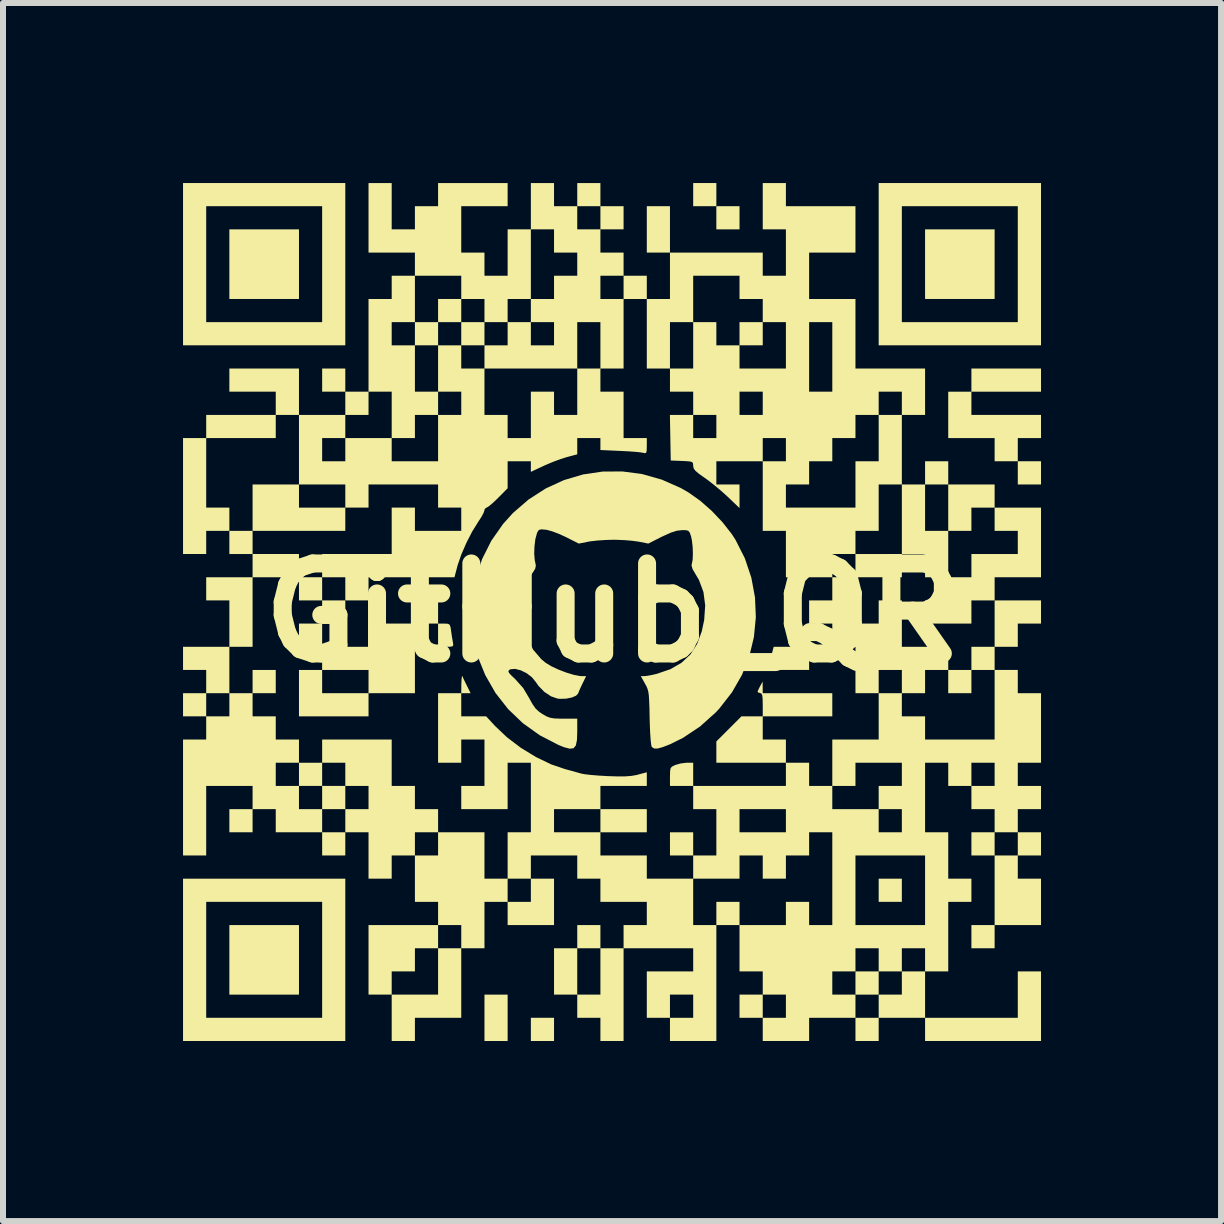
<source format=kicad_pcb>
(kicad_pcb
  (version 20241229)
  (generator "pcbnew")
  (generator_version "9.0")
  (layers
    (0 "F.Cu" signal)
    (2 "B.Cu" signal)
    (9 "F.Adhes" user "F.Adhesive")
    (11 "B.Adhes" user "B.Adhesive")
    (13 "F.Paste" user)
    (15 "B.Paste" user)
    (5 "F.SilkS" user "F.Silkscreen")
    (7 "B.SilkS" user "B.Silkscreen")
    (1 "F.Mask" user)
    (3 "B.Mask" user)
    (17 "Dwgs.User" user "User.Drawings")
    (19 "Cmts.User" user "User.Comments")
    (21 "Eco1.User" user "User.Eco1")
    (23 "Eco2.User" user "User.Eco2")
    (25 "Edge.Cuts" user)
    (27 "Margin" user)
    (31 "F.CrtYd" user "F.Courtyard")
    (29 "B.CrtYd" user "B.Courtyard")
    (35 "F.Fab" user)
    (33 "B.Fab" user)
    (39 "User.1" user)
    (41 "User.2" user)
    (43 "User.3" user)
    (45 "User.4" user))
  (footprint "GitHub_QR"
    (layer "F.Cu")
    (at 7.161 7.161)
    (property "Reference" "GitHub_QR" (at 0 0 0) (layer "F.SilkS") (effects (font (size 1.5 1.5) (thickness 0.3))))
    (attr board_only exclude_from_pos_files exclude_from_bom)
    (fp_poly (pts (xy -6.002 -1.172) (xy -6.002 -0.979) (xy -6.195 -0.979) (xy -6.389 -0.979) (xy -6.389 -1.172) (xy -6.389 -1.365) (xy -6.195 -1.365) (xy -6.002 -1.365)) (stroke (width 0) (type solid)) (fill yes) (layer "F.SilkS"))
    (fp_poly (pts (xy -5.616 1.146) (xy -5.616 1.34) (xy -5.809 1.34) (xy -6.002 1.34) (xy -6.002 1.146) (xy -6.002 0.953) (xy -5.809 0.953) (xy -5.616 0.953)) (stroke (width 0) (type solid)) (fill yes) (layer "F.SilkS"))
    (fp_poly (pts (xy -5.229 -5.809) (xy -5.229 -5.229) (xy -5.809 -5.229) (xy -6.389 -5.229) (xy -6.389 -5.809) (xy -6.389 -6.389) (xy -5.809 -6.389) (xy -5.229 -6.389)) (stroke (width 0) (type solid)) (fill yes) (layer "F.SilkS"))
    (fp_poly (pts (xy -5.229 5.783) (xy -5.229 6.363) (xy -5.809 6.363) (xy -6.389 6.363) (xy -6.389 5.783) (xy -6.389 5.204) (xy -5.809 5.204) (xy -5.229 5.204)) (stroke (width 0) (type solid)) (fill yes) (layer "F.SilkS"))
    (fp_poly (pts (xy -4.843 -0.399) (xy -4.843 -0.206) (xy -5.036 -0.206) (xy -5.229 -0.206) (xy -5.229 -0.399) (xy -5.229 -0.592) (xy -5.036 -0.592) (xy -4.843 -0.592)) (stroke (width 0) (type solid)) (fill yes) (layer "F.SilkS"))
    (fp_poly (pts (xy -4.843 2.692) (xy -4.843 2.885) (xy -5.036 2.885) (xy -5.229 2.885) (xy -5.229 2.692) (xy -5.229 2.499) (xy -5.036 2.499) (xy -4.843 2.499)) (stroke (width 0) (type solid)) (fill yes) (layer "F.SilkS"))
    (fp_poly (pts (xy -4.457 3.078) (xy -4.457 3.272) (xy -4.65 3.272) (xy -4.843 3.272) (xy -4.843 3.078) (xy -4.843 2.885) (xy -4.65 2.885) (xy -4.457 2.885)) (stroke (width 0) (type solid)) (fill yes) (layer "F.SilkS"))
    (fp_poly (pts (xy -2.138 -4.65) (xy -2.138 -4.457) (xy -2.331 -4.457) (xy -2.525 -4.457) (xy -2.525 -4.65) (xy -2.525 -4.843) (xy -2.331 -4.843) (xy -2.138 -4.843)) (stroke (width 0) (type solid)) (fill yes) (layer "F.SilkS"))
    (fp_poly (pts (xy -1.752 6.749) (xy -1.752 7.136) (xy -1.945 7.136) (xy -2.138 7.136) (xy -2.138 6.749) (xy -2.138 6.363) (xy -1.945 6.363) (xy -1.752 6.363)) (stroke (width 0) (type solid)) (fill yes) (layer "F.SilkS"))
    (fp_poly (pts (xy -0.979 6.942) (xy -0.979 7.136) (xy -1.172 7.136) (xy -1.365 7.136) (xy -1.365 6.942) (xy -1.365 6.749) (xy -1.172 6.749) (xy -0.979 6.749)) (stroke (width 0) (type solid)) (fill yes) (layer "F.SilkS"))
    (fp_poly (pts (xy 0.567 3.465) (xy 0.567 3.658) (xy 0.18 3.658) (xy -0.206 3.658) (xy -0.206 3.465) (xy -0.206 3.272) (xy 0.18 3.272) (xy 0.567 3.272)) (stroke (width 0) (type solid)) (fill yes) (layer "F.SilkS"))
    (fp_poly (pts (xy 0.953 -6.389) (xy 0.953 -6.002) (xy 0.76 -6.002) (xy 0.567 -6.002) (xy 0.567 -6.389) (xy 0.567 -6.775) (xy 0.76 -6.775) (xy 0.953 -6.775)) (stroke (width 0) (type solid)) (fill yes) (layer "F.SilkS"))
    (fp_poly (pts (xy 1.34 3.851) (xy 1.34 4.044) (xy 1.146 4.044) (xy 0.953 4.044) (xy 0.953 3.851) (xy 0.953 3.658) (xy 1.146 3.658) (xy 1.34 3.658)) (stroke (width 0) (type solid)) (fill yes) (layer "F.SilkS"))
    (fp_poly (pts (xy 1.726 -6.968) (xy 1.726 -6.775) (xy 1.533 -6.775) (xy 1.34 -6.775) (xy 1.34 -6.968) (xy 1.34 -7.161) (xy 1.533 -7.161) (xy 1.726 -7.161)) (stroke (width 0) (type solid)) (fill yes) (layer "F.SilkS"))
    (fp_poly (pts (xy 2.112 -6.582) (xy 2.112 -6.389) (xy 1.919 -6.389) (xy 1.726 -6.389) (xy 1.726 -6.582) (xy 1.726 -6.775) (xy 1.919 -6.775) (xy 2.112 -6.775)) (stroke (width 0) (type solid)) (fill yes) (layer "F.SilkS"))
    (fp_poly (pts (xy 2.499 -4.65) (xy 2.499 -4.457) (xy 2.306 -4.457) (xy 2.112 -4.457) (xy 2.112 -4.65) (xy 2.112 -4.843) (xy 2.306 -4.843) (xy 2.499 -4.843)) (stroke (width 0) (type solid)) (fill yes) (layer "F.SilkS"))
    (fp_poly (pts (xy 4.431 6.17) (xy 4.431 6.363) (xy 4.238 6.363) (xy 4.044 6.363) (xy 4.044 6.17) (xy 4.044 5.976) (xy 4.238 5.976) (xy 4.431 5.976)) (stroke (width 0) (type solid)) (fill yes) (layer "F.SilkS"))
    (fp_poly (pts (xy 4.817 4.624) (xy 4.817 4.817) (xy 4.624 4.817) (xy 4.431 4.817) (xy 4.431 4.624) (xy 4.431 4.431) (xy 4.624 4.431) (xy 4.817 4.431)) (stroke (width 0) (type solid)) (fill yes) (layer "F.SilkS"))
    (fp_poly (pts (xy 5.976 1.146) (xy 5.976 1.34) (xy 5.783 1.34) (xy 5.59 1.34) (xy 5.59 1.146) (xy 5.59 0.953) (xy 5.783 0.953) (xy 5.976 0.953)) (stroke (width 0) (type solid)) (fill yes) (layer "F.SilkS"))
    (fp_poly (pts (xy 6.363 -5.809) (xy 6.363 -5.229) (xy 5.783 -5.229) (xy 5.204 -5.229) (xy 5.204 -5.809) (xy 5.204 -6.389) (xy 5.783 -6.389) (xy 6.363 -6.389)) (stroke (width 0) (type solid)) (fill yes) (layer "F.SilkS"))
    (fp_poly (pts (xy 7.136 -2.331) (xy 7.136 -2.138) (xy 6.942 -2.138) (xy 6.749 -2.138) (xy 6.749 -2.331) (xy 6.749 -2.525) (xy 6.942 -2.525) (xy 7.136 -2.525)) (stroke (width 0) (type solid)) (fill yes) (layer "F.SilkS"))
    (fp_poly (pts (xy -2.487 1.101) (xy -2.453 1.171) (xy -2.43 1.217) (xy -2.369 1.34) (xy -2.447 1.34) (xy -2.525 1.34) (xy -2.523 1.179) (xy -2.519 1.102) (xy -2.513 1.058) (xy -2.506 1.056)) (stroke (width 0) (type solid)) (fill yes) (layer "F.SilkS"))
    (fp_poly (pts (xy -5.229 -1.945) (xy -5.229 -1.752) (xy -4.843 -1.752) (xy -4.457 -1.752) (xy -4.457 -1.559) (xy -4.457 -1.365) (xy -5.229 -1.365) (xy -6.002 -1.365) (xy -6.002 -1.752) (xy -6.002 -2.138) (xy -5.616 -2.138) (xy -5.229 -2.138)) (stroke (width 0) (type solid)) (fill yes) (layer "F.SilkS"))
    (fp_poly (pts (xy 6.363 -1.945) (xy 6.363 -1.752) (xy 6.17 -1.752) (xy 5.976 -1.752) (xy 5.976 -1.559) (xy 5.976 -1.365) (xy 5.783 -1.365) (xy 5.59 -1.365) (xy 5.59 -1.752) (xy 5.59 -2.138) (xy 5.976 -2.138) (xy 6.363 -2.138)) (stroke (width 0) (type solid)) (fill yes) (layer "F.SilkS"))
    (fp_poly (pts (xy 1.34 2.692) (xy 1.34 2.885) (xy 1.146 2.885) (xy 0.953 2.885) (xy 0.953 2.729) (xy 0.955 2.643) (xy 0.963 2.592) (xy 0.987 2.563) (xy 1.031 2.541) (xy 1.042 2.536) (xy 1.131 2.511) (xy 1.227 2.499) (xy 1.236 2.499) (xy 1.34 2.499)) (stroke (width 0) (type solid)) (fill yes) (layer "F.SilkS"))
    (fp_poly (pts (xy -2.75 0.183) (xy -2.719 0.198) (xy -2.703 0.241) (xy -2.694 0.303) (xy -2.681 0.393) (xy -2.667 0.474) (xy -2.663 0.496) (xy -2.658 0.538) (xy -2.67 0.559) (xy -2.712 0.566) (xy -2.78 0.567) (xy -2.911 0.567) (xy -2.911 0.374) (xy -2.911 0.18) (xy -2.811 0.18)) (stroke (width 0) (type solid)) (fill yes) (layer "F.SilkS"))
    (fp_poly (pts (xy -2.525 -5.036) (xy -2.525 -4.843) (xy -2.718 -4.843) (xy -2.911 -4.843) (xy -2.911 -4.65) (xy -2.911 -4.457) (xy -3.104 -4.457) (xy -3.297 -4.457) (xy -3.297 -4.65) (xy -3.297 -4.843) (xy -3.104 -4.843) (xy -2.911 -4.843) (xy -2.911 -5.036) (xy -2.911 -5.229) (xy -2.718 -5.229) (xy -2.525 -5.229)) (stroke (width 0) (type solid)) (fill yes) (layer "F.SilkS"))
    (fp_poly (pts (xy 3.272 0.76) (xy 3.272 0.953) (xy 2.924 0.953) (xy 2.797 0.953) (xy 2.69 0.951) (xy 2.614 0.948) (xy 2.578 0.945) (xy 2.576 0.944) (xy 2.583 0.916) (xy 2.6 0.861) (xy 2.601 0.86) (xy 2.623 0.786) (xy 2.648 0.696) (xy 2.653 0.676) (xy 2.681 0.567) (xy 2.976 0.567) (xy 3.272 0.567)) (stroke (width 0) (type solid)) (fill yes) (layer "F.SilkS"))
    (fp_poly (pts (xy -4.457 -5.809) (xy -4.457 -4.457) (xy -5.809 -4.457) (xy -7.161 -4.457) (xy -7.161 -5.809) (xy -7.161 -6.775) (xy -6.775 -6.775) (xy -6.775 -5.809) (xy -6.775 -4.843) (xy -5.809 -4.843) (xy -4.843 -4.843) (xy -4.843 -5.809) (xy -4.843 -6.775) (xy -5.809 -6.775) (xy -6.775 -6.775) (xy -7.161 -6.775) (xy -7.161 -7.161) (xy -5.809 -7.161) (xy -4.457 -7.161)) (stroke (width 0) (type solid)) (fill yes) (layer "F.SilkS"))
    (fp_poly (pts (xy -4.457 5.783) (xy -4.457 7.136) (xy -5.809 7.136) (xy -7.161 7.136) (xy -7.161 5.783) (xy -7.161 4.817) (xy -6.775 4.817) (xy -6.775 5.783) (xy -6.775 6.749) (xy -5.809 6.749) (xy -4.843 6.749) (xy -4.843 5.783) (xy -4.843 4.817) (xy -5.809 4.817) (xy -6.775 4.817) (xy -7.161 4.817) (xy -7.161 4.431) (xy -5.809 4.431) (xy -4.457 4.431)) (stroke (width 0) (type solid)) (fill yes) (layer "F.SilkS"))
    (fp_poly (pts (xy 7.136 -5.809) (xy 7.136 -4.457) (xy 5.783 -4.457) (xy 4.431 -4.457) (xy 4.431 -5.809) (xy 4.431 -6.775) (xy 4.817 -6.775) (xy 4.817 -5.809) (xy 4.817 -4.843) (xy 5.783 -4.843) (xy 6.749 -4.843) (xy 6.749 -5.809) (xy 6.749 -6.775) (xy 5.783 -6.775) (xy 4.817 -6.775) (xy 4.431 -6.775) (xy 4.431 -7.161) (xy 5.783 -7.161) (xy 7.136 -7.161)) (stroke (width 0) (type solid)) (fill yes) (layer "F.SilkS"))
    (fp_poly (pts (xy 7.136 -0.013) (xy 7.136 0.18) (xy 6.942 0.18) (xy 6.749 0.18) (xy 6.749 0.374) (xy 6.749 0.567) (xy 6.556 0.567) (xy 6.363 0.567) (xy 6.363 0.76) (xy 6.363 0.953) (xy 6.17 0.953) (xy 5.976 0.953) (xy 5.976 0.76) (xy 5.976 0.567) (xy 6.17 0.567) (xy 6.363 0.567) (xy 6.363 0.18) (xy 6.363 -0.206) (xy 6.749 -0.206) (xy 7.136 -0.206)) (stroke (width 0) (type solid)) (fill yes) (layer "F.SilkS"))
    (fp_poly (pts (xy 7.136 -3.877) (xy 7.136 -3.684) (xy 6.556 -3.684) (xy 5.976 -3.684) (xy 5.976 -3.491) (xy 5.976 -3.297) (xy 6.556 -3.297) (xy 7.136 -3.297) (xy 7.136 -3.104) (xy 7.136 -2.911) (xy 6.942 -2.911) (xy 6.749 -2.911) (xy 6.749 -2.718) (xy 6.749 -2.525) (xy 6.556 -2.525) (xy 6.363 -2.525) (xy 6.363 -2.718) (xy 6.363 -2.911) (xy 5.976 -2.911) (xy 5.59 -2.911) (xy 5.59 -3.297) (xy 5.59 -3.684) (xy 5.783 -3.684) (xy 5.976 -3.684) (xy 5.976 -3.877) (xy 5.976 -4.07) (xy 6.556 -4.07) (xy 7.136 -4.07)) (stroke (width 0) (type solid)) (fill yes) (layer "F.SilkS"))
    (fp_poly (pts (xy 7.136 -1.172) (xy 7.136 -0.592) (xy 6.749 -0.592) (xy 6.363 -0.592) (xy 6.363 -0.399) (xy 6.363 -0.206) (xy 6.17 -0.206) (xy 5.976 -0.206) (xy 5.976 -0.013) (xy 5.976 0.18) (xy 5.59 0.18) (xy 5.204 0.18) (xy 5.204 -0.013) (xy 5.204 -0.206) (xy 5.397 -0.206) (xy 5.59 -0.206) (xy 5.59 -0.399) (xy 5.59 -0.592) (xy 5.783 -0.592) (xy 5.976 -0.592) (xy 5.976 -0.786) (xy 5.976 -0.979) (xy 6.363 -0.979) (xy 6.749 -0.979) (xy 6.749 -1.172) (xy 6.749 -1.365) (xy 6.556 -1.365) (xy 6.363 -1.365) (xy 6.363 -1.559) (xy 6.363 -1.752) (xy 6.749 -1.752) (xy 7.136 -1.752)) (stroke (width 0) (type solid)) (fill yes) (layer "F.SilkS"))
    (fp_poly (pts (xy 2.498 1.243) (xy 2.499 1.34) (xy 3.078 1.34) (xy 3.658 1.34) (xy 3.658 1.533) (xy 3.658 1.726) (xy 3.078 1.726) (xy 2.499 1.726) (xy 2.499 1.919) (xy 2.499 2.112) (xy 2.692 2.112) (xy 2.885 2.112) (xy 2.885 2.306) (xy 2.885 2.499) (xy 2.306 2.499) (xy 1.726 2.499) (xy 1.726 2.322) (xy 1.726 2.144) (xy 1.935 1.935) (xy 2.144 1.726) (xy 2.322 1.726) (xy 2.499 1.726) (xy 2.499 1.535) (xy 2.497 1.435) (xy 2.491 1.376) (xy 2.477 1.347) (xy 2.453 1.336) (xy 2.449 1.335) (xy 2.419 1.327) (xy 2.414 1.308) (xy 2.434 1.264) (xy 2.448 1.237) (xy 2.497 1.146)) (stroke (width 0) (type solid)) (fill yes) (layer "F.SilkS"))
    (fp_poly (pts (xy -4.457 -0.013) (xy -4.457 0.18) (xy -4.65 0.18) (xy -4.843 0.18) (xy -4.843 0.374) (xy -4.843 0.567) (xy -4.457 0.567) (xy -4.07 0.567) (xy -4.07 0.374) (xy -4.07 0.18) (xy -3.684 0.18) (xy -3.297 0.18) (xy -3.297 -0.013) (xy -3.297 -0.206) (xy -3.104 -0.206) (xy -2.911 -0.206) (xy -2.911 -0.013) (xy -2.911 0.18) (xy -3.104 0.18) (xy -3.297 0.18) (xy -3.297 0.76) (xy -3.297 1.34) (xy -3.684 1.34) (xy -4.07 1.34) (xy -4.07 1.533) (xy -4.07 1.726) (xy -4.65 1.726) (xy -5.229 1.726) (xy -5.229 1.34) (xy -5.229 0.953) (xy -5.036 0.953) (xy -4.843 0.953) (xy -4.843 1.146) (xy -4.843 1.34) (xy -4.457 1.34) (xy -4.07 1.34) (xy -4.07 1.146) (xy -4.07 0.953) (xy -4.457 0.953) (xy -4.843 0.953) (xy -4.843 0.76) (xy -4.843 0.567) (xy -5.036 0.567) (xy -5.229 0.567) (xy -5.229 0.374) (xy -5.229 0.18) (xy -5.036 0.18) (xy -4.843 0.18) (xy -4.843 -0.013) (xy -4.843 -0.206) (xy -4.65 -0.206) (xy -4.457 -0.206)) (stroke (width 0) (type solid)) (fill yes) (layer "F.SilkS"))
    (fp_poly (pts (xy 4.817 -0.786) (xy 4.817 -0.592) (xy 4.431 -0.592) (xy 4.044 -0.592) (xy 4.044 -0.206) (xy 4.044 0.18) (xy 4.238 0.18) (xy 4.431 0.18) (xy 4.431 -0.013) (xy 4.431 -0.206) (xy 4.624 -0.206) (xy 4.817 -0.206) (xy 4.817 0.18) (xy 4.817 0.567) (xy 5.204 0.567) (xy 5.59 0.567) (xy 5.59 0.76) (xy 5.59 0.953) (xy 5.397 0.953) (xy 5.204 0.953) (xy 5.204 1.146) (xy 5.204 1.34) (xy 5.01 1.34) (xy 4.817 1.34) (xy 4.817 1.146) (xy 4.817 0.953) (xy 4.624 0.953) (xy 4.431 0.953) (xy 4.431 1.146) (xy 4.431 1.34) (xy 4.238 1.34) (xy 4.044 1.34) (xy 4.044 0.953) (xy 4.044 0.567) (xy 3.851 0.567) (xy 3.658 0.567) (xy 3.658 0.374) (xy 3.658 0.18) (xy 3.465 0.18) (xy 3.272 0.18) (xy 3.272 -0.013) (xy 3.272 -0.206) (xy 3.465 -0.206) (xy 3.658 -0.206) (xy 3.658 -0.399) (xy 3.658 -0.592) (xy 3.851 -0.592) (xy 4.044 -0.592) (xy 4.044 -0.786) (xy 4.044 -0.979) (xy 4.431 -0.979) (xy 4.817 -0.979)) (stroke (width 0) (type solid)) (fill yes) (layer "F.SilkS"))
    (fp_poly (pts (xy 0.491 -2.311) (xy 0.816 -2.219) (xy 1.131 -2.08) (xy 1.265 -2.003) (xy 1.457 -1.867) (xy 1.65 -1.697) (xy 1.83 -1.507) (xy 1.982 -1.313) (xy 2.045 -1.216) (xy 2.201 -0.907) (xy 2.309 -0.585) (xy 2.37 -0.256) (xy 2.384 0.075) (xy 2.352 0.404) (xy 2.275 0.725) (xy 2.153 1.035) (xy 1.986 1.326) (xy 1.776 1.596) (xy 1.713 1.663) (xy 1.453 1.896) (xy 1.171 2.084) (xy 0.955 2.191) (xy 0.834 2.238) (xy 0.749 2.262) (xy 0.691 2.262) (xy 0.653 2.239) (xy 0.649 2.235) (xy 0.64 2.198) (xy 0.631 2.118) (xy 0.623 2.002) (xy 0.617 1.858) (xy 0.614 1.752) (xy 0.611 1.588) (xy 0.606 1.467) (xy 0.601 1.379) (xy 0.592 1.315) (xy 0.578 1.265) (xy 0.56 1.222) (xy 0.536 1.179) (xy 0.467 1.056) (xy 0.524 1.056) (xy 0.58 1.05) (xy 0.664 1.034) (xy 0.735 1.017) (xy 0.961 0.94) (xy 1.146 0.833) (xy 1.293 0.695) (xy 1.405 0.521) (xy 1.483 0.31) (xy 1.523 0.122) (xy 1.54 -0.123) (xy 1.511 -0.346) (xy 1.436 -0.547) (xy 1.382 -0.638) (xy 1.33 -0.727) (xy 1.312 -0.788) (xy 1.317 -0.814) (xy 1.331 -0.883) (xy 1.335 -0.985) (xy 1.331 -1.099) (xy 1.319 -1.206) (xy 1.304 -1.275) (xy 1.282 -1.338) (xy 1.256 -1.368) (xy 1.207 -1.377) (xy 1.152 -1.377) (xy 1.067 -1.367) (xy 0.97 -1.336) (xy 0.847 -1.281) (xy 0.811 -1.264) (xy 0.592 -1.153) (xy 0.431 -1.185) (xy 0.331 -1.199) (xy 0.202 -1.21) (xy 0.066 -1.216) (xy 0.013 -1.217) (xy -0.12 -1.213) (xy -0.255 -1.204) (xy -0.37 -1.191) (xy -0.406 -1.185) (xy -0.566 -1.153) (xy -0.782 -1.262) (xy -0.895 -1.314) (xy -1.006 -1.356) (xy -1.096 -1.381) (xy -1.116 -1.384) (xy -1.19 -1.39) (xy -1.23 -1.381) (xy -1.253 -1.35) (xy -1.264 -1.324) (xy -1.29 -1.228) (xy -1.305 -1.106) (xy -1.309 -0.981) (xy -1.3 -0.875) (xy -1.294 -0.848) (xy -1.282 -0.786) (xy -1.292 -0.736) (xy -1.329 -0.675) (xy -1.342 -0.658) (xy -1.427 -0.515) (xy -1.48 -0.353) (xy -1.504 -0.162) (xy -1.505 -0.064) (xy -1.484 0.196) (xy -1.425 0.422) (xy -1.327 0.615) (xy -1.19 0.774) (xy -1.114 0.837) (xy -1.024 0.891) (xy -0.906 0.946) (xy -0.776 0.996) (xy -0.651 1.034) (xy -0.547 1.054) (xy -0.517 1.056) (xy -0.444 1.056) (xy -0.504 1.179) (xy -0.541 1.257) (xy -0.569 1.322) (xy -0.577 1.345) (xy -0.612 1.382) (xy -0.683 1.412) (xy -0.777 1.431) (xy -0.877 1.434) (xy -0.921 1.43) (xy -1.03 1.392) (xy -1.142 1.317) (xy -1.239 1.217) (xy -1.282 1.155) (xy -1.347 1.075) (xy -1.435 1.007) (xy -1.533 0.959) (xy -1.627 0.935) (xy -1.704 0.941) (xy -1.726 0.953) (xy -1.74 0.973) (xy -1.729 1.002) (xy -1.687 1.048) (xy -1.629 1.102) (xy -1.493 1.254) (xy -1.396 1.417) (xy -1.337 1.523) (xy -1.285 1.597) (xy -1.226 1.651) (xy -1.173 1.687) (xy -1.107 1.725) (xy -1.048 1.748) (xy -0.981 1.76) (xy -0.888 1.764) (xy -0.82 1.765) (xy -0.592 1.765) (xy -0.592 1.985) (xy -0.597 2.121) (xy -0.615 2.21) (xy -0.653 2.257) (xy -0.717 2.265) (xy -0.812 2.24) (xy -0.906 2.202) (xy -1.217 2.041) (xy -1.497 1.841) (xy -1.745 1.604) (xy -1.955 1.335) (xy -2.125 1.038) (xy -2.238 0.76) (xy -2.323 0.424) (xy -2.358 0.086) (xy -2.345 -0.251) (xy -2.284 -0.58) (xy -2.176 -0.898) (xy -2.024 -1.2) (xy -1.828 -1.48) (xy -1.663 -1.663) (xy -1.401 -1.889) (xy -1.116 -2.072) (xy -0.813 -2.211) (xy -0.495 -2.305) (xy -0.169 -2.353) (xy 0.161 -2.355)) (stroke (width 0) (type solid)) (fill yes) (layer "F.SilkS"))
    (fp_poly (pts (xy -3.684 -6.775) (xy -3.684 -6.389) (xy -3.491 -6.389) (xy -3.297 -6.389) (xy -3.297 -6.582) (xy -3.297 -6.775) (xy -3.104 -6.775) (xy -2.911 -6.775) (xy -2.911 -6.968) (xy -2.911 -7.161) (xy -2.331 -7.161) (xy -1.752 -7.161) (xy -1.752 -6.968) (xy -1.752 -6.775) (xy -2.138 -6.775) (xy -2.525 -6.775) (xy -2.525 -6.389) (xy -2.525 -6.002) (xy -2.331 -6.002) (xy -2.138 -6.002) (xy -2.138 -5.809) (xy -2.138 -5.616) (xy -1.945 -5.616) (xy -1.752 -5.616) (xy -1.752 -6.002) (xy -1.752 -6.389) (xy -1.559 -6.389) (xy -1.365 -6.389) (xy -1.365 -6.775) (xy -1.365 -7.161) (xy -1.172 -7.161) (xy -0.979 -7.161) (xy -0.979 -6.968) (xy -0.979 -6.775) (xy -0.786 -6.775) (xy -0.592 -6.775) (xy -0.592 -6.968) (xy -0.592 -7.161) (xy -0.399 -7.161) (xy -0.206 -7.161) (xy -0.206 -6.968) (xy -0.206 -6.775) (xy -0.399 -6.775) (xy -0.592 -6.775) (xy -0.592 -6.582) (xy -0.592 -6.389) (xy -0.399 -6.389) (xy -0.206 -6.389) (xy -0.206 -6.582) (xy -0.206 -6.775) (xy -0.013 -6.775) (xy 0.18 -6.775) (xy 0.18 -6.582) (xy 0.18 -6.389) (xy -0.013 -6.389) (xy -0.206 -6.389) (xy -0.206 -6.195) (xy -0.206 -6.002) (xy -0.013 -6.002) (xy 0.18 -6.002) (xy 0.18 -5.809) (xy 0.18 -5.616) (xy -0.013 -5.616) (xy -0.206 -5.616) (xy -0.206 -5.423) (xy -0.206 -5.229) (xy -0.013 -5.229) (xy 0.18 -5.229) (xy 0.18 -5.423) (xy 0.18 -5.616) (xy 0.374 -5.616) (xy 0.567 -5.616) (xy 0.567 -5.423) (xy 0.567 -5.229) (xy 0.76 -5.229) (xy 0.953 -5.229) (xy 0.953 -5.616) (xy 0.953 -6.002) (xy 1.726 -6.002) (xy 2.499 -6.002) (xy 2.499 -5.809) (xy 2.499 -5.616) (xy 2.692 -5.616) (xy 2.885 -5.616) (xy 2.885 -6.002) (xy 2.885 -6.389) (xy 2.692 -6.389) (xy 2.499 -6.389) (xy 2.499 -6.775) (xy 2.499 -7.161) (xy 2.692 -7.161) (xy 2.885 -7.161) (xy 2.885 -6.968) (xy 2.885 -6.775) (xy 3.465 -6.775) (xy 4.044 -6.775) (xy 4.044 -6.389) (xy 4.044 -6.002) (xy 3.658 -6.002) (xy 3.272 -6.002) (xy 3.272 -5.616) (xy 3.272 -5.229) (xy 3.658 -5.229) (xy 4.044 -5.229) (xy 4.044 -4.65) (xy 4.044 -4.07) (xy 4.624 -4.07) (xy 5.204 -4.07) (xy 5.204 -3.684) (xy 5.204 -3.297) (xy 5.01 -3.297) (xy 4.817 -3.297) (xy 4.817 -2.718) (xy 4.817 -2.138) (xy 5.01 -2.138) (xy 5.204 -2.138) (xy 5.204 -2.331) (xy 5.204 -2.525) (xy 5.397 -2.525) (xy 5.59 -2.525) (xy 5.59 -2.331) (xy 5.59 -2.138) (xy 5.397 -2.138) (xy 5.204 -2.138) (xy 5.204 -1.752) (xy 5.204 -1.365) (xy 5.397 -1.365) (xy 5.59 -1.365) (xy 5.59 -0.979) (xy 5.59 -0.592) (xy 5.397 -0.592) (xy 5.204 -0.592) (xy 5.204 -0.786) (xy 5.204 -0.979) (xy 5.01 -0.979) (xy 4.817 -0.979) (xy 4.817 -1.559) (xy 4.817 -2.138) (xy 4.624 -2.138) (xy 4.431 -2.138) (xy 4.431 -1.752) (xy 4.431 -1.365) (xy 4.238 -1.365) (xy 4.044 -1.365) (xy 4.044 -1.172) (xy 4.044 -0.979) (xy 3.851 -0.979) (xy 3.658 -0.979) (xy 3.658 -0.786) (xy 3.658 -0.592) (xy 3.272 -0.592) (xy 2.885 -0.592) (xy 2.885 -0.979) (xy 2.885 -1.365) (xy 2.692 -1.365) (xy 2.499 -1.365) (xy 2.499 -1.752) (xy 2.885 -1.752) (xy 3.465 -1.752) (xy 4.044 -1.752) (xy 4.044 -2.138) (xy 4.044 -2.525) (xy 4.238 -2.525) (xy 4.431 -2.525) (xy 4.431 -2.911) (xy 4.431 -3.297) (xy 4.624 -3.297) (xy 4.817 -3.297) (xy 4.817 -3.491) (xy 4.817 -3.684) (xy 4.624 -3.684) (xy 4.431 -3.684) (xy 4.431 -3.491) (xy 4.431 -3.297) (xy 4.238 -3.297) (xy 4.044 -3.297) (xy 4.044 -3.104) (xy 4.044 -2.911) (xy 3.851 -2.911) (xy 3.658 -2.911) (xy 3.658 -2.718) (xy 3.658 -2.525) (xy 3.465 -2.525) (xy 3.272 -2.525) (xy 3.272 -2.331) (xy 3.272 -2.138) (xy 3.078 -2.138) (xy 2.885 -2.138) (xy 2.885 -1.945) (xy 2.885 -1.752) (xy 2.499 -1.752) (xy 2.499 -1.945) (xy 2.499 -2.525) (xy 2.692 -2.525) (xy 2.885 -2.525) (xy 2.885 -2.718) (xy 2.885 -2.911) (xy 2.692 -2.911) (xy 2.499 -2.911) (xy 2.499 -2.718) (xy 2.499 -2.525) (xy 2.112 -2.525) (xy 1.726 -2.525) (xy 1.726 -2.331) (xy 1.726 -2.138) (xy 1.919 -2.138) (xy 2.112 -2.138) (xy 2.112 -1.942) (xy 2.112 -1.745) (xy 1.913 -1.935) (xy 1.804 -2.033) (xy 1.683 -2.134) (xy 1.569 -2.222) (xy 1.526 -2.252) (xy 1.433 -2.318) (xy 1.377 -2.366) (xy 1.348 -2.406) (xy 1.34 -2.445) (xy 1.34 -2.451) (xy 1.337 -2.488) (xy 1.324 -2.51) (xy 1.288 -2.521) (xy 1.218 -2.527) (xy 1.153 -2.53) (xy 0.966 -2.537) (xy 0.959 -2.917) (xy 0.952 -3.297) (xy 1.146 -3.297) (xy 1.34 -3.297) (xy 1.34 -3.104) (xy 1.34 -2.911) (xy 1.533 -2.911) (xy 1.726 -2.911) (xy 1.726 -3.104) (xy 1.726 -3.297) (xy 1.533 -3.297) (xy 1.34 -3.297) (xy 1.34 -3.491) (xy 1.34 -3.684) (xy 2.112 -3.684) (xy 2.112 -3.491) (xy 2.112 -3.297) (xy 2.306 -3.297) (xy 2.499 -3.297) (xy 2.499 -3.491) (xy 2.499 -3.684) (xy 2.306 -3.684) (xy 2.112 -3.684) (xy 1.34 -3.684) (xy 1.146 -3.684) (xy 0.953 -3.684) (xy 0.953 -3.877) (xy 0.953 -4.07) (xy 1.146 -4.07) (xy 1.34 -4.07) (xy 1.34 -4.457) (xy 1.34 -4.843) (xy 1.533 -4.843) (xy 1.726 -4.843) (xy 1.726 -4.65) (xy 1.726 -4.457) (xy 1.919 -4.457) (xy 2.112 -4.457) (xy 2.112 -4.263) (xy 2.112 -4.07) (xy 2.499 -4.07) (xy 2.885 -4.07) (xy 2.885 -4.457) (xy 2.885 -4.843) (xy 3.272 -4.843) (xy 3.272 -4.263) (xy 3.272 -3.684) (xy 3.465 -3.684) (xy 3.658 -3.684) (xy 3.658 -4.263) (xy 3.658 -4.843) (xy 3.465 -4.843) (xy 3.272 -4.843) (xy 2.885 -4.843) (xy 2.692 -4.843) (xy 2.499 -4.843) (xy 2.499 -5.036) (xy 2.499 -5.229) (xy 2.306 -5.229) (xy 2.112 -5.229) (xy 2.112 -5.423) (xy 2.112 -5.616) (xy 1.726 -5.616) (xy 1.34 -5.616) (xy 1.34 -5.229) (xy 1.34 -4.843) (xy 1.146 -4.843) (xy 0.953 -4.843) (xy 0.953 -4.457) (xy 0.953 -4.07) (xy 0.76 -4.07) (xy 0.567 -4.07) (xy 0.567 -4.65) (xy 0.567 -5.229) (xy 0.374 -5.229) (xy 0.18 -5.229) (xy 0.18 -4.65) (xy 0.18 -4.07) (xy -0.013 -4.07) (xy -0.206 -4.07) (xy -0.206 -4.457) (xy -0.206 -4.843) (xy -0.399 -4.843) (xy -0.592 -4.843) (xy -0.592 -4.457) (xy -0.592 -4.07) (xy -1.365 -4.07) (xy -2.138 -4.07) (xy -2.138 -4.263) (xy -2.138 -4.457) (xy -1.945 -4.457) (xy -1.752 -4.457) (xy -1.752 -4.65) (xy -1.752 -4.843) (xy -1.559 -4.843) (xy -1.365 -4.843) (xy -1.365 -4.65) (xy -1.365 -4.457) (xy -1.172 -4.457) (xy -0.979 -4.457) (xy -0.979 -4.65) (xy -0.979 -4.843) (xy -1.172 -4.843) (xy -1.365 -4.843) (xy -1.365 -5.036) (xy -1.365 -5.229) (xy -1.172 -5.229) (xy -0.979 -5.229) (xy -0.979 -5.423) (xy -0.979 -5.616) (xy -0.786 -5.616) (xy -0.592 -5.616) (xy -0.592 -5.809) (xy -0.592 -6.002) (xy -0.786 -6.002) (xy -0.979 -6.002) (xy -0.979 -6.195) (xy -0.979 -6.389) (xy -1.172 -6.389) (xy -1.365 -6.389) (xy -1.365 -5.809) (xy -1.365 -5.229) (xy -1.559 -5.229) (xy -1.752 -5.229) (xy -1.752 -5.036) (xy -1.752 -4.843) (xy -1.945 -4.843) (xy -2.138 -4.843) (xy -2.138 -5.036) (xy -2.138 -5.229) (xy -2.331 -5.229) (xy -2.525 -5.229) (xy -2.525 -5.423) (xy -2.525 -5.616) (xy -2.911 -5.616) (xy -3.297 -5.616) (xy -3.297 -5.229) (xy -3.297 -4.843) (xy -3.491 -4.843) (xy -3.684 -4.843) (xy -3.684 -4.65) (xy -3.684 -4.457) (xy -3.491 -4.457) (xy -3.297 -4.457) (xy -3.297 -4.07) (xy -3.297 -3.684) (xy -3.104 -3.684) (xy -2.911 -3.684) (xy -2.911 -4.07) (xy -2.911 -4.457) (xy -2.718 -4.457) (xy -2.525 -4.457) (xy -2.525 -4.263) (xy -2.525 -4.07) (xy -2.331 -4.07) (xy -2.138 -4.07) (xy -2.138 -3.684) (xy -2.138 -3.297) (xy -1.945 -3.297) (xy -1.752 -3.297) (xy -1.752 -3.104) (xy -1.752 -2.911) (xy -1.559 -2.911) (xy -1.365 -2.911) (xy -1.365 -3.297) (xy -1.365 -3.684) (xy -1.172 -3.684) (xy -0.979 -3.684) (xy -0.979 -3.491) (xy -0.979 -3.297) (xy -0.786 -3.297) (xy -0.592 -3.297) (xy -0.592 -3.684) (xy -0.592 -4.07) (xy -0.399 -4.07) (xy -0.206 -4.07) (xy -0.206 -3.877) (xy -0.206 -3.684) (xy -0.013 -3.684) (xy 0.18 -3.684) (xy 0.18 -3.297) (xy 0.18 -2.911) (xy 0.374 -2.911) (xy 0.567 -2.911) (xy 0.567 -2.779) (xy 0.565 -2.702) (xy 0.556 -2.666) (xy 0.535 -2.659) (xy 0.509 -2.665) (xy 0.462 -2.673) (xy 0.375 -2.682) (xy 0.261 -2.69) (xy 0.131 -2.697) (xy 0.122 -2.697) (xy -0.206 -2.712) (xy -0.206 -2.811) (xy -0.206 -2.911) (xy -0.399 -2.911) (xy -0.592 -2.911) (xy -0.592 -2.775) (xy -0.592 -2.64) (xy -0.763 -2.595) (xy -0.868 -2.562) (xy -0.995 -2.515) (xy -1.121 -2.462) (xy -1.149 -2.449) (xy -1.365 -2.348) (xy -1.365 -2.436) (xy -1.365 -2.525) (xy -1.559 -2.525) (xy -1.752 -2.525) (xy -1.752 -2.3) (xy -1.752 -2.075) (xy -1.912 -1.913) (xy -1.987 -1.841) (xy -2.052 -1.785) (xy -2.096 -1.755) (xy -2.105 -1.752) (xy -2.133 -1.731) (xy -2.138 -1.708) (xy -2.152 -1.666) (xy -2.189 -1.597) (xy -2.242 -1.516) (xy -2.243 -1.514) (xy -2.342 -1.355) (xy -2.438 -1.168) (xy -2.523 -0.973) (xy -2.585 -0.793) (xy -2.592 -0.766) (xy -2.638 -0.592) (xy -3.354 -0.592) (xy -4.07 -0.592) (xy -4.07 -0.399) (xy -4.07 -0.206) (xy -4.263 -0.206) (xy -4.457 -0.206) (xy -4.457 -0.399) (xy -4.457 -0.592) (xy -4.65 -0.592) (xy -4.843 -0.592) (xy -4.843 -0.786) (xy -4.843 -0.979) (xy -4.263 -0.979) (xy -3.684 -0.979) (xy -3.684 -1.365) (xy -3.684 -1.752) (xy -3.491 -1.752) (xy -3.297 -1.752) (xy -3.297 -1.559) (xy -3.297 -1.365) (xy -2.911 -1.365) (xy -2.525 -1.365) (xy -2.525 -1.559) (xy -2.525 -1.752) (xy -2.718 -1.752) (xy -2.911 -1.752) (xy -2.911 -1.945) (xy -2.911 -2.138) (xy -3.491 -2.138) (xy -4.07 -2.138) (xy -4.07 -1.945) (xy -4.07 -1.752) (xy -4.263 -1.752) (xy -4.457 -1.752) (xy -4.457 -1.945) (xy -4.457 -2.138) (xy -4.843 -2.138) (xy -5.229 -2.138) (xy -5.229 -2.525) (xy -4.843 -2.525) (xy -4.65 -2.525) (xy -4.457 -2.525) (xy -4.457 -2.718) (xy -4.457 -2.911) (xy -4.07 -2.911) (xy -3.684 -2.911) (xy -3.684 -2.718) (xy -3.684 -2.525) (xy -3.297 -2.525) (xy -2.911 -2.525) (xy -2.911 -2.911) (xy -2.911 -3.297) (xy -2.718 -3.297) (xy -2.525 -3.297) (xy -2.525 -3.491) (xy -2.525 -3.684) (xy -2.718 -3.684) (xy -2.911 -3.684) (xy -2.911 -3.491) (xy -2.911 -3.297) (xy -3.104 -3.297) (xy -3.297 -3.297) (xy -3.297 -3.104) (xy -3.297 -2.911) (xy -3.491 -2.911) (xy -3.684 -2.911) (xy -3.684 -3.297) (xy -3.684 -3.684) (xy -3.877 -3.684) (xy -4.07 -3.684) (xy -4.07 -3.491) (xy -4.07 -3.297) (xy -4.263 -3.297) (xy -4.457 -3.297) (xy -4.457 -3.104) (xy -4.457 -2.911) (xy -4.65 -2.911) (xy -4.843 -2.911) (xy -4.843 -2.718) (xy -4.843 -2.525) (xy -5.229 -2.525) (xy -5.229 -2.718) (xy -5.229 -3.297) (xy -5.423 -3.297) (xy -5.616 -3.297) (xy -5.616 -3.104) (xy -5.616 -2.911) (xy -6.195 -2.911) (xy -6.775 -2.911) (xy -6.775 -2.331) (xy -6.775 -1.752) (xy -6.582 -1.752) (xy -6.389 -1.752) (xy -6.389 -1.559) (xy -6.389 -1.365) (xy -6.582 -1.365) (xy -6.775 -1.365) (xy -6.775 -1.172) (xy -6.775 -0.979) (xy -6.968 -0.979) (xy -7.161 -0.979) (xy -7.161 -1.945) (xy -7.161 -2.911) (xy -6.968 -2.911) (xy -6.775 -2.911) (xy -6.775 -3.104) (xy -6.775 -3.297) (xy -6.195 -3.297) (xy -5.616 -3.297) (xy -5.616 -3.491) (xy -5.616 -3.684) (xy -6.002 -3.684) (xy -6.389 -3.684) (xy -6.389 -3.877) (xy -6.389 -4.07) (xy -5.809 -4.07) (xy -5.229 -4.07) (xy -5.229 -3.684) (xy -5.229 -3.297) (xy -4.843 -3.297) (xy -4.457 -3.297) (xy -4.457 -3.491) (xy -4.457 -3.684) (xy -4.65 -3.684) (xy -4.843 -3.684) (xy -4.843 -3.877) (xy -4.843 -4.07) (xy -4.65 -4.07) (xy -4.457 -4.07) (xy -4.457 -3.877) (xy -4.457 -3.684) (xy -4.263 -3.684) (xy -4.07 -3.684) (xy -4.07 -4.457) (xy -4.07 -5.229) (xy -3.877 -5.229) (xy -3.684 -5.229) (xy -3.684 -5.423) (xy -3.684 -5.616) (xy -3.491 -5.616) (xy -3.297 -5.616) (xy -3.297 -5.809) (xy -3.297 -6.002) (xy -3.684 -6.002) (xy -4.07 -6.002) (xy -4.07 -6.582) (xy -4.07 -7.161) (xy -3.877 -7.161) (xy -3.684 -7.161)) (stroke (width 0) (type solid)) (fill yes) (layer "F.SilkS"))
    (fp_poly (pts (xy -5.229 -0.786) (xy -5.229 -0.592) (xy -5.616 -0.592) (xy -6.002 -0.592) (xy -6.002 -0.013) (xy -6.002 0.567) (xy -6.195 0.567) (xy -6.389 0.567) (xy -6.389 0.953) (xy -6.389 1.34) (xy -6.582 1.34) (xy -6.775 1.34) (xy -6.775 1.533) (xy -6.775 1.726) (xy -6.582 1.726) (xy -6.389 1.726) (xy -6.389 1.533) (xy -6.389 1.34) (xy -6.195 1.34) (xy -6.002 1.34) (xy -6.002 1.533) (xy -6.002 1.726) (xy -5.809 1.726) (xy -5.616 1.726) (xy -5.616 1.919) (xy -5.616 2.112) (xy -5.423 2.112) (xy -5.229 2.112) (xy -5.229 2.306) (xy -5.229 2.499) (xy -5.423 2.499) (xy -5.616 2.499) (xy -5.616 2.692) (xy -5.616 2.885) (xy -5.423 2.885) (xy -5.229 2.885) (xy -5.229 3.078) (xy -5.229 3.272) (xy -5.036 3.272) (xy -4.843 3.272) (xy -4.843 3.465) (xy -4.843 3.658) (xy -4.65 3.658) (xy -4.457 3.658) (xy -4.457 3.465) (xy -4.457 3.272) (xy -4.263 3.272) (xy -4.07 3.272) (xy -4.07 3.078) (xy -4.07 2.885) (xy -4.263 2.885) (xy -4.457 2.885) (xy -4.457 2.692) (xy -4.457 2.499) (xy -4.65 2.499) (xy -4.843 2.499) (xy -4.843 2.306) (xy -4.843 2.112) (xy -4.263 2.112) (xy -3.684 2.112) (xy -3.684 2.499) (xy -3.684 2.885) (xy -3.491 2.885) (xy -3.297 2.885) (xy -3.297 3.078) (xy -3.297 3.272) (xy -3.104 3.272) (xy -2.911 3.272) (xy -2.911 3.465) (xy -2.911 3.658) (xy -3.104 3.658) (xy -3.297 3.658) (xy -3.297 3.851) (xy -3.297 4.044) (xy -3.104 4.044) (xy -2.911 4.044) (xy -2.911 3.851) (xy -2.911 3.658) (xy -2.525 3.658) (xy -2.138 3.658) (xy -2.138 4.044) (xy -2.138 4.431) (xy -1.945 4.431) (xy -1.752 4.431) (xy -1.752 4.044) (xy -1.752 3.658) (xy -1.559 3.658) (xy -1.365 3.658) (xy -1.365 3.078) (xy -1.365 2.499) (xy -1.559 2.499) (xy -1.752 2.499) (xy -1.752 2.885) (xy -1.752 3.272) (xy -2.138 3.272) (xy -2.525 3.272) (xy -2.525 3.078) (xy -2.525 2.885) (xy -2.331 2.885) (xy -2.138 2.885) (xy -2.138 2.499) (xy -2.138 2.112) (xy -2.331 2.112) (xy -2.525 2.112) (xy -2.525 2.306) (xy -2.525 2.499) (xy -2.718 2.499) (xy -2.911 2.499) (xy -2.911 1.919) (xy -2.911 1.34) (xy -2.718 1.34) (xy -2.525 1.34) (xy -2.525 1.533) (xy -2.525 1.726) (xy -2.317 1.726) (xy -2.11 1.726) (xy -1.963 1.885) (xy -1.764 2.074) (xy -1.532 2.25) (xy -1.282 2.403) (xy -1.027 2.526) (xy -0.799 2.604) (xy -0.691 2.633) (xy -0.591 2.661) (xy -0.519 2.681) (xy -0.515 2.682) (xy -0.456 2.692) (xy -0.358 2.703) (xy -0.234 2.713) (xy -0.097 2.721) (xy -0.077 2.722) (xy 0.088 2.727) (xy 0.214 2.726) (xy 0.313 2.718) (xy 0.398 2.703) (xy 0.419 2.697) (xy 0.567 2.658) (xy 0.567 2.772) (xy 0.567 2.885) (xy 0.18 2.885) (xy -0.206 2.885) (xy -0.206 3.078) (xy -0.206 3.272) (xy -0.592 3.272) (xy -0.979 3.272) (xy -0.979 3.465) (xy -0.979 3.658) (xy -0.592 3.658) (xy -0.206 3.658) (xy -0.206 3.851) (xy -0.206 4.044) (xy 0.18 4.044) (xy 0.567 4.044) (xy 0.567 4.238) (xy 0.567 4.431) (xy 0.953 4.431) (xy 1.34 4.431) (xy 1.34 4.817) (xy 1.34 5.204) (xy 1.533 5.204) (xy 1.726 5.204) (xy 1.726 5.01) (xy 1.726 4.817) (xy 1.919 4.817) (xy 2.112 4.817) (xy 2.112 5.01) (xy 2.112 5.204) (xy 2.499 5.204) (xy 2.885 5.204) (xy 2.885 5.01) (xy 2.885 4.817) (xy 3.078 4.817) (xy 3.272 4.817) (xy 3.272 5.01) (xy 3.272 5.204) (xy 3.465 5.204) (xy 3.658 5.204) (xy 3.658 4.431) (xy 3.658 4.044) (xy 4.044 4.044) (xy 4.044 4.624) (xy 4.044 5.204) (xy 4.624 5.204) (xy 5.204 5.204) (xy 5.204 4.624) (xy 5.204 4.044) (xy 4.624 4.044) (xy 4.044 4.044) (xy 3.658 4.044) (xy 3.658 3.658) (xy 3.465 3.658) (xy 3.272 3.658) (xy 3.272 3.851) (xy 3.272 4.044) (xy 3.078 4.044) (xy 2.885 4.044) (xy 2.885 4.238) (xy 2.885 4.431) (xy 2.692 4.431) (xy 2.499 4.431) (xy 2.499 4.238) (xy 2.499 4.044) (xy 2.306 4.044) (xy 2.112 4.044) (xy 2.112 4.238) (xy 2.112 4.431) (xy 1.726 4.431) (xy 1.34 4.431) (xy 1.34 4.238) (xy 1.34 4.044) (xy 1.533 4.044) (xy 1.726 4.044) (xy 1.726 3.658) (xy 1.726 3.272) (xy 2.112 3.272) (xy 2.112 3.465) (xy 2.112 3.658) (xy 2.499 3.658) (xy 2.885 3.658) (xy 2.885 3.465) (xy 2.885 3.272) (xy 2.499 3.272) (xy 2.112 3.272) (xy 1.726 3.272) (xy 1.533 3.272) (xy 1.34 3.272) (xy 1.34 3.078) (xy 1.34 2.885) (xy 2.112 2.885) (xy 2.885 2.885) (xy 2.885 2.692) (xy 2.885 2.499) (xy 3.078 2.499) (xy 3.272 2.499) (xy 3.272 2.692) (xy 3.272 2.885) (xy 3.465 2.885) (xy 3.658 2.885) (xy 3.658 3.078) (xy 3.658 3.272) (xy 4.044 3.272) (xy 4.431 3.272) (xy 4.431 3.465) (xy 4.431 3.658) (xy 4.624 3.658) (xy 4.817 3.658) (xy 4.817 3.465) (xy 4.817 3.272) (xy 4.624 3.272) (xy 4.431 3.272) (xy 4.431 3.078) (xy 4.431 2.885) (xy 4.624 2.885) (xy 4.817 2.885) (xy 4.817 2.692) (xy 4.817 2.499) (xy 4.431 2.499) (xy 4.044 2.499) (xy 4.044 2.692) (xy 4.044 2.885) (xy 3.851 2.885) (xy 3.658 2.885) (xy 3.658 2.499) (xy 3.658 2.112) (xy 4.044 2.112) (xy 4.431 2.112) (xy 4.431 1.726) (xy 4.431 1.34) (xy 4.624 1.34) (xy 4.817 1.34) (xy 4.817 1.533) (xy 4.817 1.726) (xy 5.01 1.726) (xy 5.204 1.726) (xy 5.204 1.919) (xy 5.204 2.112) (xy 5.783 2.112) (xy 6.363 2.112) (xy 6.363 1.533) (xy 6.363 0.953) (xy 6.556 0.953) (xy 6.749 0.953) (xy 6.749 1.146) (xy 6.749 1.34) (xy 6.942 1.34) (xy 7.136 1.34) (xy 7.136 1.919) (xy 7.136 2.499) (xy 6.942 2.499) (xy 6.749 2.499) (xy 6.749 2.692) (xy 6.749 2.885) (xy 6.942 2.885) (xy 7.136 2.885) (xy 7.136 3.078) (xy 7.136 3.272) (xy 6.942 3.272) (xy 6.749 3.272) (xy 6.749 3.465) (xy 6.749 3.658) (xy 6.556 3.658) (xy 6.363 3.658) (xy 6.363 3.851) (xy 6.363 4.044) (xy 6.556 4.044) (xy 6.749 4.044) (xy 6.749 3.851) (xy 6.749 3.658) (xy 6.942 3.658) (xy 7.136 3.658) (xy 7.136 3.851) (xy 7.136 4.044) (xy 6.942 4.044) (xy 6.749 4.044) (xy 6.749 4.238) (xy 6.749 4.431) (xy 6.942 4.431) (xy 7.136 4.431) (xy 7.136 4.817) (xy 7.136 5.204) (xy 6.749 5.204) (xy 6.363 5.204) (xy 6.363 5.397) (xy 6.363 5.59) (xy 6.17 5.59) (xy 5.976 5.59) (xy 5.976 5.397) (xy 5.976 5.204) (xy 6.17 5.204) (xy 6.363 5.204) (xy 6.363 4.624) (xy 6.363 4.044) (xy 6.17 4.044) (xy 5.976 4.044) (xy 5.976 3.851) (xy 5.976 3.658) (xy 6.17 3.658) (xy 6.363 3.658) (xy 6.363 3.465) (xy 6.363 3.272) (xy 6.17 3.272) (xy 5.976 3.272) (xy 5.976 3.078) (xy 5.976 2.885) (xy 5.783 2.885) (xy 5.59 2.885) (xy 5.59 2.692) (xy 5.59 2.499) (xy 5.976 2.499) (xy 5.976 2.692) (xy 5.976 2.885) (xy 6.17 2.885) (xy 6.363 2.885) (xy 6.363 2.692) (xy 6.363 2.499) (xy 6.17 2.499) (xy 5.976 2.499) (xy 5.59 2.499) (xy 5.397 2.499) (xy 5.204 2.499) (xy 5.204 3.078) (xy 5.204 3.658) (xy 5.397 3.658) (xy 5.59 3.658) (xy 5.59 4.044) (xy 5.59 4.431) (xy 5.783 4.431) (xy 5.976 4.431) (xy 5.976 4.624) (xy 5.976 4.817) (xy 5.783 4.817) (xy 5.59 4.817) (xy 5.59 5.397) (xy 5.59 5.976) (xy 5.397 5.976) (xy 5.204 5.976) (xy 5.204 6.363) (xy 5.204 6.749) (xy 5.976 6.749) (xy 6.749 6.749) (xy 6.749 6.363) (xy 6.749 5.976) (xy 6.942 5.976) (xy 7.136 5.976) (xy 7.136 6.556) (xy 7.136 7.136) (xy 6.17 7.136) (xy 5.204 7.136) (xy 5.204 6.942) (xy 5.204 6.749) (xy 4.817 6.749) (xy 4.431 6.749) (xy 4.431 6.942) (xy 4.431 7.136) (xy 4.238 7.136) (xy 4.044 7.136) (xy 4.044 6.942) (xy 4.044 6.749) (xy 3.658 6.749) (xy 3.272 6.749) (xy 3.272 6.942) (xy 3.272 7.136) (xy 2.885 7.136) (xy 2.499 7.136) (xy 2.499 6.942) (xy 2.499 6.749) (xy 2.306 6.749) (xy 2.112 6.749) (xy 2.112 6.556) (xy 2.112 6.363) (xy 2.306 6.363) (xy 2.499 6.363) (xy 2.499 6.556) (xy 2.499 6.749) (xy 2.692 6.749) (xy 2.885 6.749) (xy 2.885 6.556) (xy 2.885 6.363) (xy 3.658 6.363) (xy 3.851 6.363) (xy 4.044 6.363) (xy 4.044 6.556) (xy 4.044 6.749) (xy 4.238 6.749) (xy 4.431 6.749) (xy 4.431 6.556) (xy 4.431 6.363) (xy 4.624 6.363) (xy 4.817 6.363) (xy 4.817 6.17) (xy 4.817 5.976) (xy 5.01 5.976) (xy 5.204 5.976) (xy 5.204 5.783) (xy 5.204 5.59) (xy 5.01 5.59) (xy 4.817 5.59) (xy 4.817 5.783) (xy 4.817 5.976) (xy 4.624 5.976) (xy 4.431 5.976) (xy 4.431 5.783) (xy 4.431 5.59) (xy 4.238 5.59) (xy 4.044 5.59) (xy 4.044 5.783) (xy 4.044 5.976) (xy 3.851 5.976) (xy 3.658 5.976) (xy 3.658 6.17) (xy 3.658 6.363) (xy 2.885 6.363) (xy 2.692 6.363) (xy 2.499 6.363) (xy 2.499 6.17) (xy 2.499 5.976) (xy 2.306 5.976) (xy 2.112 5.976) (xy 2.112 5.59) (xy 2.112 5.204) (xy 1.919 5.204) (xy 1.726 5.204) (xy 1.726 6.17) (xy 1.726 7.136) (xy 1.34 7.136) (xy 0.953 7.136) (xy 0.953 6.942) (xy 0.953 6.749) (xy 0.76 6.749) (xy 0.567 6.749) (xy 0.567 6.363) (xy 0.953 6.363) (xy 0.953 6.556) (xy 0.953 6.749) (xy 1.146 6.749) (xy 1.34 6.749) (xy 1.34 6.556) (xy 1.34 6.363) (xy 1.146 6.363) (xy 0.953 6.363) (xy 0.567 6.363) (xy 0.567 5.976) (xy 0.953 5.976) (xy 1.34 5.976) (xy 1.34 5.783) (xy 1.34 5.59) (xy 0.76 5.59) (xy 0.18 5.59) (xy 0.18 6.363) (xy 0.18 7.136) (xy -0.013 7.136) (xy -0.206 7.136) (xy -0.206 6.942) (xy -0.206 6.749) (xy -0.399 6.749) (xy -0.592 6.749) (xy -0.592 6.556) (xy -0.592 6.363) (xy -0.786 6.363) (xy -0.979 6.363) (xy -0.979 5.976) (xy -0.979 5.59) (xy -0.786 5.59) (xy -0.592 5.59) (xy -0.592 5.976) (xy -0.592 6.363) (xy -0.399 6.363) (xy -0.206 6.363) (xy -0.206 5.976) (xy -0.206 5.59) (xy -0.399 5.59) (xy -0.592 5.59) (xy -0.592 5.397) (xy -0.592 5.204) (xy -0.399 5.204) (xy -0.206 5.204) (xy -0.206 5.397) (xy -0.206 5.59) (xy -0.013 5.59) (xy 0.18 5.59) (xy 0.18 5.397) (xy 0.18 5.204) (xy 0.374 5.204) (xy 0.567 5.204) (xy 0.567 5.01) (xy 0.567 4.817) (xy 0.18 4.817) (xy -0.206 4.817) (xy -0.206 4.624) (xy -0.206 4.431) (xy -0.399 4.431) (xy -0.592 4.431) (xy -0.592 4.238) (xy -0.592 4.044) (xy -0.979 4.044) (xy -1.365 4.044) (xy -1.365 4.238) (xy -1.365 4.431) (xy -1.559 4.431) (xy -1.752 4.431) (xy -1.752 4.624) (xy -1.752 4.817) (xy -1.559 4.817) (xy -1.365 4.817) (xy -1.365 4.624) (xy -1.365 4.431) (xy -1.172 4.431) (xy -0.979 4.431) (xy -0.979 4.817) (xy -0.979 5.204) (xy -1.365 5.204) (xy -1.752 5.204) (xy -1.752 5.01) (xy -1.752 4.817) (xy -1.945 4.817) (xy -2.138 4.817) (xy -2.138 5.204) (xy -2.138 5.59) (xy -2.331 5.59) (xy -2.525 5.59) (xy -2.525 6.17) (xy -2.525 6.749) (xy -2.911 6.749) (xy -3.297 6.749) (xy -3.297 6.942) (xy -3.297 7.136) (xy -3.491 7.136) (xy -3.684 7.136) (xy -3.684 6.749) (xy -3.684 6.363) (xy -3.297 6.363) (xy -2.911 6.363) (xy -2.911 5.976) (xy -2.911 5.59) (xy -2.718 5.59) (xy -2.525 5.59) (xy -2.525 5.397) (xy -2.525 5.204) (xy -2.718 5.204) (xy -2.911 5.204) (xy -2.911 5.397) (xy -2.911 5.59) (xy -3.104 5.59) (xy -3.297 5.59) (xy -3.297 5.783) (xy -3.297 5.976) (xy -3.491 5.976) (xy -3.684 5.976) (xy -3.684 6.17) (xy -3.684 6.363) (xy -3.877 6.363) (xy -4.07 6.363) (xy -4.07 5.783) (xy -4.07 5.204) (xy -3.491 5.204) (xy -2.911 5.204) (xy -2.911 5.01) (xy -2.911 4.817) (xy -3.104 4.817) (xy -3.297 4.817) (xy -3.297 4.431) (xy -3.297 4.044) (xy -3.491 4.044) (xy -3.684 4.044) (xy -3.684 4.238) (xy -3.684 4.431) (xy -3.877 4.431) (xy -4.07 4.431) (xy -4.07 4.044) (xy -4.07 3.658) (xy -4.263 3.658) (xy -4.457 3.658) (xy -4.457 3.851) (xy -4.457 4.044) (xy -4.65 4.044) (xy -4.843 4.044) (xy -4.843 3.851) (xy -4.843 3.658) (xy -5.229 3.658) (xy -5.616 3.658) (xy -5.616 3.465) (xy -5.616 3.272) (xy -5.809 3.272) (xy -6.002 3.272) (xy -6.002 3.465) (xy -6.002 3.658) (xy -6.195 3.658) (xy -6.389 3.658) (xy -6.389 3.465) (xy -6.389 3.272) (xy -6.195 3.272) (xy -6.002 3.272) (xy -6.002 3.078) (xy -6.002 2.885) (xy -6.389 2.885) (xy -6.775 2.885) (xy -6.775 3.465) (xy -6.775 4.044) (xy -6.968 4.044) (xy -7.161 4.044) (xy -7.161 3.078) (xy -7.161 2.112) (xy -6.968 2.112) (xy -6.775 2.112) (xy -6.775 1.919) (xy -6.775 1.726) (xy -6.968 1.726) (xy -7.161 1.726) (xy -7.161 1.533) (xy -7.161 1.34) (xy -6.968 1.34) (xy -6.775 1.34) (xy -6.775 1.146) (xy -6.775 0.953) (xy -6.968 0.953) (xy -7.161 0.953) (xy -7.161 0.76) (xy -7.161 0.567) (xy -6.775 0.567) (xy -6.389 0.567) (xy -6.389 0.18) (xy -6.389 -0.206) (xy -6.582 -0.206) (xy -6.775 -0.206) (xy -6.775 -0.399) (xy -6.775 -0.592) (xy -6.389 -0.592) (xy -6.002 -0.592) (xy -6.002 -0.786) (xy -6.002 -0.979) (xy -5.616 -0.979) (xy -5.229 -0.979)) (stroke (width 0) (type solid)) (fill yes) (layer "F.SilkS")))
  (gr_rect
    (start -3 -3)
    (end 17.297 17.297)
    (stroke (width 0.1) (type default))
    (fill no)
    (layer "Edge.Cuts")))
</source>
